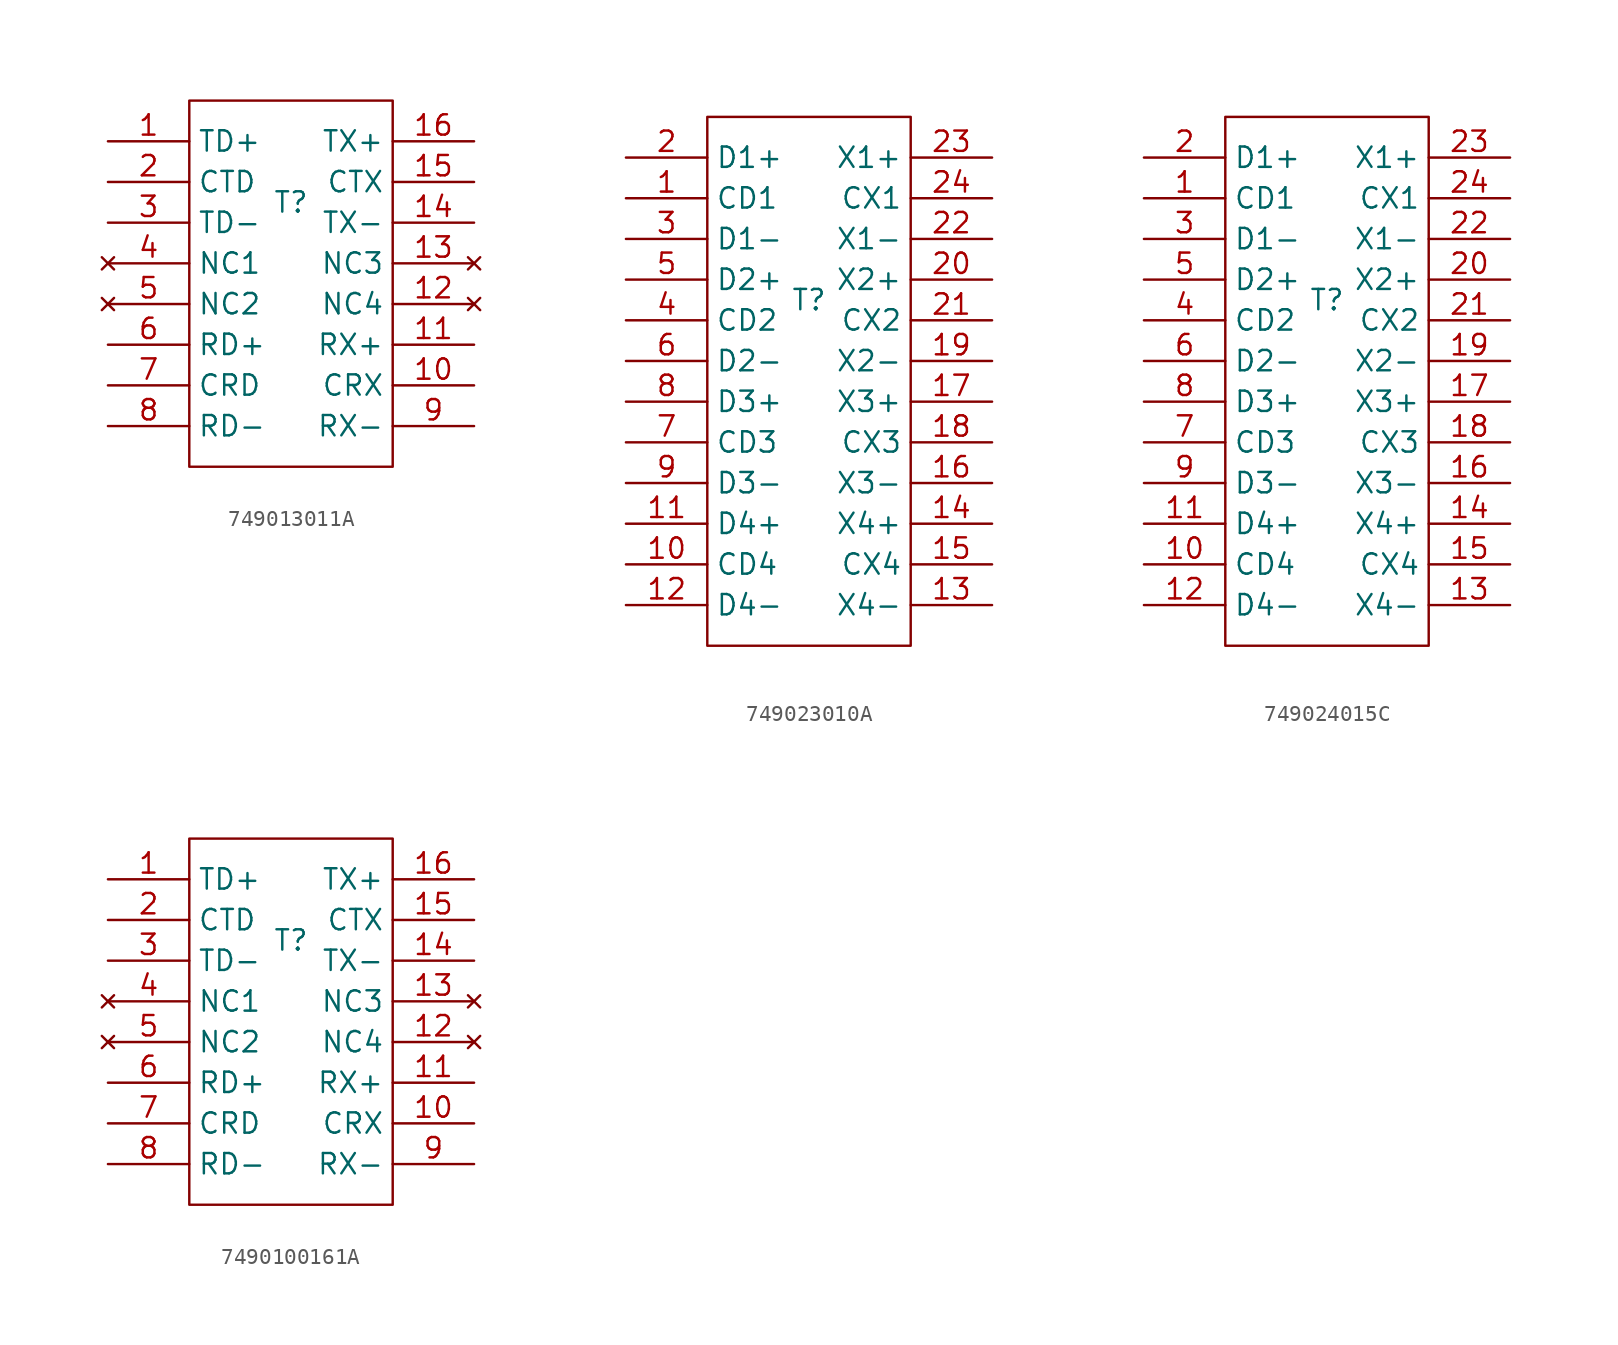
<source format=kicad_sym>
(kicad_symbol_lib
  (version 20220914)
  (generator kicad_symbol_editor)
  (symbol "749013011A"
    (property "Reference" "T"
      (at 0 5.08 0)
      (effects (font (size 1.27 1.27))))
    (property "Critical Parameter" ""
      (at 0 -5.08 0)
      (effects (font (size 1.27 1.27)) (justify left)))
    (symbol "749013011A_0_1"
      (rectangle (start -6.35 11.43) (end 6.35 -11.43) (stroke (width 0) (type default)) (fill (type none))))
    (symbol "749013011A_1_1"
      (pin passive line (at -11.43 8.89 0) (length 5.08) (name "TD+" (effects (font (size 1.27 1.27)))) (number "1" (effects (font (size 1.27 1.27)))))
      (pin passive line (at 11.43 -6.35 180) (length 5.08) (name "CRX" (effects (font (size 1.27 1.27)))) (number "10" (effects (font (size 1.27 1.27)))))
      (pin passive line (at 11.43 -3.81 180) (length 5.08) (name "RX+" (effects (font (size 1.27 1.27)))) (number "11" (effects (font (size 1.27 1.27)))))
      (pin no_connect line (at 11.43 -1.27 180) (length 5.08) (name "NC4" (effects (font (size 1.27 1.27)))) (number "12" (effects (font (size 1.27 1.27)))))
      (pin no_connect line (at 11.43 1.27 180) (length 5.08) (name "NC3" (effects (font (size 1.27 1.27)))) (number "13" (effects (font (size 1.27 1.27)))))
      (pin passive line (at 11.43 3.81 180) (length 5.08) (name "TX-" (effects (font (size 1.27 1.27)))) (number "14" (effects (font (size 1.27 1.27)))))
      (pin passive line (at 11.43 6.35 180) (length 5.08) (name "CTX" (effects (font (size 1.27 1.27)))) (number "15" (effects (font (size 1.27 1.27)))))
      (pin passive line (at 11.43 8.89 180) (length 5.08) (name "TX+" (effects (font (size 1.27 1.27)))) (number "16" (effects (font (size 1.27 1.27)))))
      (pin passive line (at -11.43 6.35 0) (length 5.08) (name "CTD" (effects (font (size 1.27 1.27)))) (number "2" (effects (font (size 1.27 1.27)))))
      (pin passive line (at -11.43 3.81 0) (length 5.08) (name "TD-" (effects (font (size 1.27 1.27)))) (number "3" (effects (font (size 1.27 1.27)))))
      (pin no_connect line (at -11.43 1.27 0) (length 5.08) (name "NC1" (effects (font (size 1.27 1.27)))) (number "4" (effects (font (size 1.27 1.27)))))
      (pin no_connect line (at -11.43 -1.27 0) (length 5.08) (name "NC2" (effects (font (size 1.27 1.27)))) (number "5" (effects (font (size 1.27 1.27)))))
      (pin passive line (at -11.43 -3.81 0) (length 5.08) (name "RD+" (effects (font (size 1.27 1.27)))) (number "6" (effects (font (size 1.27 1.27)))))
      (pin passive line (at -11.43 -6.35 0) (length 5.08) (name "CRD" (effects (font (size 1.27 1.27)))) (number "7" (effects (font (size 1.27 1.27)))))
      (pin passive line (at -11.43 -8.89 0) (length 5.08) (name "RD-" (effects (font (size 1.27 1.27)))) (number "8" (effects (font (size 1.27 1.27)))))
      (pin passive line (at 11.43 -8.89 180) (length 5.08) (name "RX-" (effects (font (size 1.27 1.27)))) (number "9" (effects (font (size 1.27 1.27)))))))
  (symbol "749023010A"
    (property "Reference" "T"
      (at 0 5.08 0)
      (effects (font (size 1.27 1.27))))
    (property "Critical Parameter" ""
      (at 0 -5.08 0)
      (effects (font (size 1.27 1.27)) (justify left)))
    (symbol "749023010A_0_1"
      (rectangle (start -6.35 16.51) (end 6.35 -16.51) (stroke (width 0) (type default)) (fill (type none))))
    (symbol "749023010A_1_1"
      (pin passive line (at -11.43 11.43 0) (length 5.08) (name "CD1" (effects (font (size 1.27 1.27)))) (number "1" (effects (font (size 1.27 1.27)))))
      (pin passive line (at -11.43 -11.43 0) (length 5.08) (name "CD4" (effects (font (size 1.27 1.27)))) (number "10" (effects (font (size 1.27 1.27)))))
      (pin passive line (at -11.43 -8.89 0) (length 5.08) (name "D4+" (effects (font (size 1.27 1.27)))) (number "11" (effects (font (size 1.27 1.27)))))
      (pin passive line (at -11.43 -13.97 0) (length 5.08) (name "D4-" (effects (font (size 1.27 1.27)))) (number "12" (effects (font (size 1.27 1.27)))))
      (pin passive line (at 11.43 -13.97 180) (length 5.08) (name "X4-" (effects (font (size 1.27 1.27)))) (number "13" (effects (font (size 1.27 1.27)))))
      (pin passive line (at 11.43 -8.89 180) (length 5.08) (name "X4+" (effects (font (size 1.27 1.27)))) (number "14" (effects (font (size 1.27 1.27)))))
      (pin passive line (at 11.43 -11.43 180) (length 5.08) (name "CX4" (effects (font (size 1.27 1.27)))) (number "15" (effects (font (size 1.27 1.27)))))
      (pin passive line (at 11.43 -6.35 180) (length 5.08) (name "X3-" (effects (font (size 1.27 1.27)))) (number "16" (effects (font (size 1.27 1.27)))))
      (pin passive line (at 11.43 -1.27 180) (length 5.08) (name "X3+" (effects (font (size 1.27 1.27)))) (number "17" (effects (font (size 1.27 1.27)))))
      (pin passive line (at 11.43 -3.81 180) (length 5.08) (name "CX3" (effects (font (size 1.27 1.27)))) (number "18" (effects (font (size 1.27 1.27)))))
      (pin passive line (at 11.43 1.27 180) (length 5.08) (name "X2-" (effects (font (size 1.27 1.27)))) (number "19" (effects (font (size 1.27 1.27)))))
      (pin passive line (at -11.43 13.97 0) (length 5.08) (name "D1+" (effects (font (size 1.27 1.27)))) (number "2" (effects (font (size 1.27 1.27)))))
      (pin passive line (at 11.43 6.35 180) (length 5.08) (name "X2+" (effects (font (size 1.27 1.27)))) (number "20" (effects (font (size 1.27 1.27)))))
      (pin passive line (at 11.43 3.81 180) (length 5.08) (name "CX2" (effects (font (size 1.27 1.27)))) (number "21" (effects (font (size 1.27 1.27)))))
      (pin passive line (at 11.43 8.89 180) (length 5.08) (name "X1-" (effects (font (size 1.27 1.27)))) (number "22" (effects (font (size 1.27 1.27)))))
      (pin passive line (at 11.43 13.97 180) (length 5.08) (name "X1+" (effects (font (size 1.27 1.27)))) (number "23" (effects (font (size 1.27 1.27)))))
      (pin passive line (at 11.43 11.43 180) (length 5.08) (name "CX1" (effects (font (size 1.27 1.27)))) (number "24" (effects (font (size 1.27 1.27)))))
      (pin passive line (at -11.43 8.89 0) (length 5.08) (name "D1-" (effects (font (size 1.27 1.27)))) (number "3" (effects (font (size 1.27 1.27)))))
      (pin passive line (at -11.43 3.81 0) (length 5.08) (name "CD2" (effects (font (size 1.27 1.27)))) (number "4" (effects (font (size 1.27 1.27)))))
      (pin passive line (at -11.43 6.35 0) (length 5.08) (name "D2+" (effects (font (size 1.27 1.27)))) (number "5" (effects (font (size 1.27 1.27)))))
      (pin passive line (at -11.43 1.27 0) (length 5.08) (name "D2-" (effects (font (size 1.27 1.27)))) (number "6" (effects (font (size 1.27 1.27)))))
      (pin passive line (at -11.43 -3.81 0) (length 5.08) (name "CD3" (effects (font (size 1.27 1.27)))) (number "7" (effects (font (size 1.27 1.27)))))
      (pin passive line (at -11.43 -1.27 0) (length 5.08) (name "D3+" (effects (font (size 1.27 1.27)))) (number "8" (effects (font (size 1.27 1.27)))))
      (pin passive line (at -11.43 -6.35 0) (length 5.08) (name "D3-" (effects (font (size 1.27 1.27)))) (number "9" (effects (font (size 1.27 1.27)))))))
  (symbol "749024015C"
    (property "Reference" "T"
      (at 0 5.08 0)
      (effects (font (size 1.27 1.27))))
    (property "Critical Parameter" ""
      (at 0 -5.08 0)
      (effects (font (size 1.27 1.27)) (justify left)))
    (symbol "749024015C_0_1"
      (rectangle (start -6.35 16.51) (end 6.35 -16.51) (stroke (width 0) (type default)) (fill (type none))))
    (symbol "749024015C_1_1"
      (pin passive line (at -11.43 11.43 0) (length 5.08) (name "CD1" (effects (font (size 1.27 1.27)))) (number "1" (effects (font (size 1.27 1.27)))))
      (pin passive line (at -11.43 -11.43 0) (length 5.08) (name "CD4" (effects (font (size 1.27 1.27)))) (number "10" (effects (font (size 1.27 1.27)))))
      (pin passive line (at -11.43 -8.89 0) (length 5.08) (name "D4+" (effects (font (size 1.27 1.27)))) (number "11" (effects (font (size 1.27 1.27)))))
      (pin passive line (at -11.43 -13.97 0) (length 5.08) (name "D4-" (effects (font (size 1.27 1.27)))) (number "12" (effects (font (size 1.27 1.27)))))
      (pin passive line (at 11.43 -13.97 180) (length 5.08) (name "X4-" (effects (font (size 1.27 1.27)))) (number "13" (effects (font (size 1.27 1.27)))))
      (pin passive line (at 11.43 -8.89 180) (length 5.08) (name "X4+" (effects (font (size 1.27 1.27)))) (number "14" (effects (font (size 1.27 1.27)))))
      (pin passive line (at 11.43 -11.43 180) (length 5.08) (name "CX4" (effects (font (size 1.27 1.27)))) (number "15" (effects (font (size 1.27 1.27)))))
      (pin passive line (at 11.43 -6.35 180) (length 5.08) (name "X3-" (effects (font (size 1.27 1.27)))) (number "16" (effects (font (size 1.27 1.27)))))
      (pin passive line (at 11.43 -1.27 180) (length 5.08) (name "X3+" (effects (font (size 1.27 1.27)))) (number "17" (effects (font (size 1.27 1.27)))))
      (pin passive line (at 11.43 -3.81 180) (length 5.08) (name "CX3" (effects (font (size 1.27 1.27)))) (number "18" (effects (font (size 1.27 1.27)))))
      (pin passive line (at 11.43 1.27 180) (length 5.08) (name "X2-" (effects (font (size 1.27 1.27)))) (number "19" (effects (font (size 1.27 1.27)))))
      (pin passive line (at -11.43 13.97 0) (length 5.08) (name "D1+" (effects (font (size 1.27 1.27)))) (number "2" (effects (font (size 1.27 1.27)))))
      (pin passive line (at 11.43 6.35 180) (length 5.08) (name "X2+" (effects (font (size 1.27 1.27)))) (number "20" (effects (font (size 1.27 1.27)))))
      (pin passive line (at 11.43 3.81 180) (length 5.08) (name "CX2" (effects (font (size 1.27 1.27)))) (number "21" (effects (font (size 1.27 1.27)))))
      (pin passive line (at 11.43 8.89 180) (length 5.08) (name "X1-" (effects (font (size 1.27 1.27)))) (number "22" (effects (font (size 1.27 1.27)))))
      (pin passive line (at 11.43 13.97 180) (length 5.08) (name "X1+" (effects (font (size 1.27 1.27)))) (number "23" (effects (font (size 1.27 1.27)))))
      (pin passive line (at 11.43 11.43 180) (length 5.08) (name "CX1" (effects (font (size 1.27 1.27)))) (number "24" (effects (font (size 1.27 1.27)))))
      (pin passive line (at -11.43 8.89 0) (length 5.08) (name "D1-" (effects (font (size 1.27 1.27)))) (number "3" (effects (font (size 1.27 1.27)))))
      (pin passive line (at -11.43 3.81 0) (length 5.08) (name "CD2" (effects (font (size 1.27 1.27)))) (number "4" (effects (font (size 1.27 1.27)))))
      (pin passive line (at -11.43 6.35 0) (length 5.08) (name "D2+" (effects (font (size 1.27 1.27)))) (number "5" (effects (font (size 1.27 1.27)))))
      (pin passive line (at -11.43 1.27 0) (length 5.08) (name "D2-" (effects (font (size 1.27 1.27)))) (number "6" (effects (font (size 1.27 1.27)))))
      (pin passive line (at -11.43 -3.81 0) (length 5.08) (name "CD3" (effects (font (size 1.27 1.27)))) (number "7" (effects (font (size 1.27 1.27)))))
      (pin passive line (at -11.43 -1.27 0) (length 5.08) (name "D3+" (effects (font (size 1.27 1.27)))) (number "8" (effects (font (size 1.27 1.27)))))
      (pin passive line (at -11.43 -6.35 0) (length 5.08) (name "D3-" (effects (font (size 1.27 1.27)))) (number "9" (effects (font (size 1.27 1.27)))))))
  (symbol "7490100161A"
    (property "Reference" "T"
      (at 0 5.08 0)
      (effects (font (size 1.27 1.27))))
    (property "Critical Parameter" ""
      (at 0 -5.08 0)
      (effects (font (size 1.27 1.27)) (justify left)))
    (symbol "7490100161A_0_1"
      (rectangle (start -6.35 11.43) (end 6.35 -11.43) (stroke (width 0) (type default)) (fill (type none))))
    (symbol "7490100161A_1_1"
      (pin passive line (at -11.43 8.89 0) (length 5.08) (name "TD+" (effects (font (size 1.27 1.27)))) (number "1" (effects (font (size 1.27 1.27)))))
      (pin passive line (at 11.43 -6.35 180) (length 5.08) (name "CRX" (effects (font (size 1.27 1.27)))) (number "10" (effects (font (size 1.27 1.27)))))
      (pin passive line (at 11.43 -3.81 180) (length 5.08) (name "RX+" (effects (font (size 1.27 1.27)))) (number "11" (effects (font (size 1.27 1.27)))))
      (pin no_connect line (at 11.43 -1.27 180) (length 5.08) (name "NC4" (effects (font (size 1.27 1.27)))) (number "12" (effects (font (size 1.27 1.27)))))
      (pin no_connect line (at 11.43 1.27 180) (length 5.08) (name "NC3" (effects (font (size 1.27 1.27)))) (number "13" (effects (font (size 1.27 1.27)))))
      (pin passive line (at 11.43 3.81 180) (length 5.08) (name "TX-" (effects (font (size 1.27 1.27)))) (number "14" (effects (font (size 1.27 1.27)))))
      (pin passive line (at 11.43 6.35 180) (length 5.08) (name "CTX" (effects (font (size 1.27 1.27)))) (number "15" (effects (font (size 1.27 1.27)))))
      (pin passive line (at 11.43 8.89 180) (length 5.08) (name "TX+" (effects (font (size 1.27 1.27)))) (number "16" (effects (font (size 1.27 1.27)))))
      (pin passive line (at -11.43 6.35 0) (length 5.08) (name "CTD" (effects (font (size 1.27 1.27)))) (number "2" (effects (font (size 1.27 1.27)))))
      (pin passive line (at -11.43 3.81 0) (length 5.08) (name "TD-" (effects (font (size 1.27 1.27)))) (number "3" (effects (font (size 1.27 1.27)))))
      (pin no_connect line (at -11.43 1.27 0) (length 5.08) (name "NC1" (effects (font (size 1.27 1.27)))) (number "4" (effects (font (size 1.27 1.27)))))
      (pin no_connect line (at -11.43 -1.27 0) (length 5.08) (name "NC2" (effects (font (size 1.27 1.27)))) (number "5" (effects (font (size 1.27 1.27)))))
      (pin passive line (at -11.43 -3.81 0) (length 5.08) (name "RD+" (effects (font (size 1.27 1.27)))) (number "6" (effects (font (size 1.27 1.27)))))
      (pin passive line (at -11.43 -6.35 0) (length 5.08) (name "CRD" (effects (font (size 1.27 1.27)))) (number "7" (effects (font (size 1.27 1.27)))))
      (pin passive line (at -11.43 -8.89 0) (length 5.08) (name "RD-" (effects (font (size 1.27 1.27)))) (number "8" (effects (font (size 1.27 1.27)))))
      (pin passive line (at 11.43 -8.89 180) (length 5.08) (name "RX-" (effects (font (size 1.27 1.27)))) (number "9" (effects (font (size 1.27 1.27))))))))
</source>
